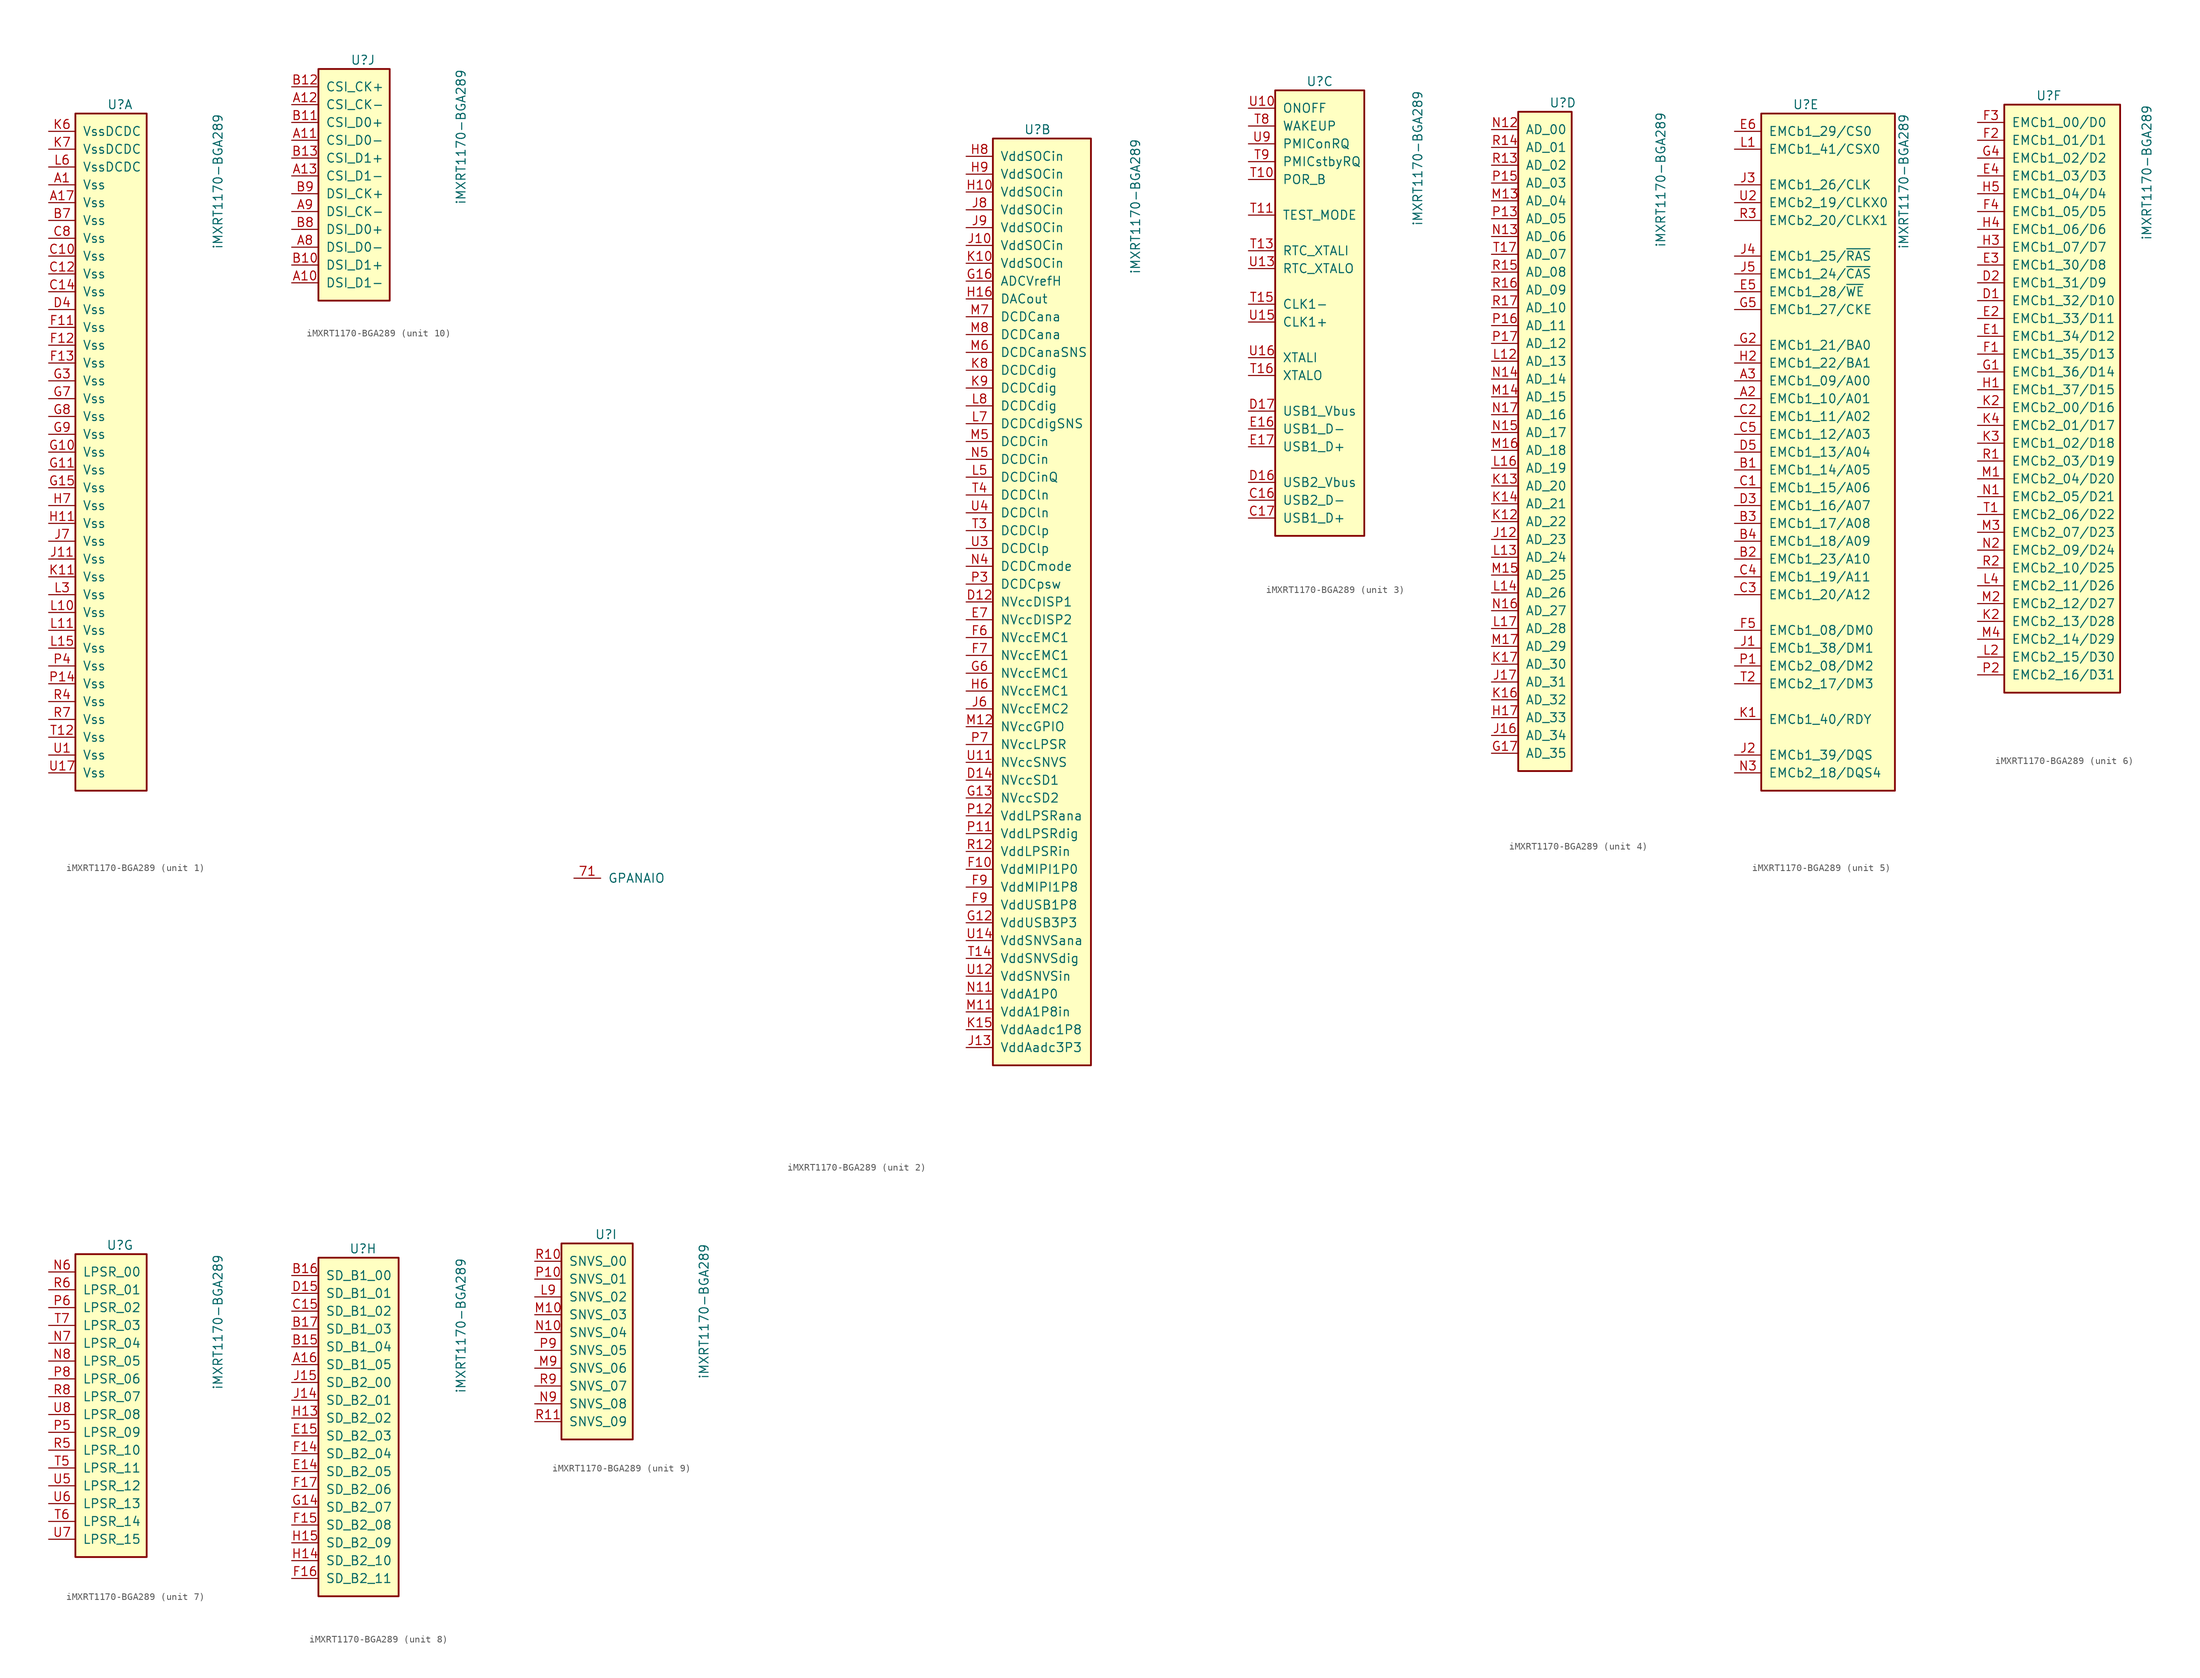
<source format=kicad_sym>
(kicad_symbol_lib
  (version 20211014)
  (generator kicad_symbol_editor)
  (symbol "iMXRT1170-BGA289"
    (pin_names
      (offset 1.016))
    (property "Reference" "U"
      (at 10.16 3.81 0)
      (effects (font (size 1.27 1.27))))
    (property "Value" "iMXRT1170-BGA289"
      (at 24.13 2.54 90)
      (effects (font (size 1.27 1.27)) (justify right)))
    (property "ki_locked" ""
      (at 0 0 0)
      (effects (font (size 1.27 1.27))))
    (symbol "iMXRT1170-BGA289_1_1"
      (rectangle (start 3.81 2.54) (end 13.97 -93.98) (stroke (width 0.254) (type default) (color 0 0 0 0)) (fill (type background)))
      (pin power_in line (at 0 -7.62 0) (length 3.81) (name "Vss" (effects (font (size 1.27 1.27)))) (number "A1" (effects (font (size 1.27 1.27)))))
      (pin power_in line (at 0 -10.16 0) (length 3.81) (name "Vss" (effects (font (size 1.27 1.27)))) (number "A17" (effects (font (size 1.27 1.27)))))
      (pin power_in line (at 0 -12.7 0) (length 3.81) (name "Vss" (effects (font (size 1.27 1.27)))) (number "B7" (effects (font (size 1.27 1.27)))))
      (pin power_in line (at 0 -17.78 0) (length 3.81) (name "Vss" (effects (font (size 1.27 1.27)))) (number "C10" (effects (font (size 1.27 1.27)))))
      (pin power_in line (at 0 -20.32 0) (length 3.81) (name "Vss" (effects (font (size 1.27 1.27)))) (number "C12" (effects (font (size 1.27 1.27)))))
      (pin power_in line (at 0 -22.86 0) (length 3.81) (name "Vss" (effects (font (size 1.27 1.27)))) (number "C14" (effects (font (size 1.27 1.27)))))
      (pin power_in line (at 0 -15.24 0) (length 3.81) (name "Vss" (effects (font (size 1.27 1.27)))) (number "C8" (effects (font (size 1.27 1.27)))))
      (pin power_in line (at 0 -25.4 0) (length 3.81) (name "Vss" (effects (font (size 1.27 1.27)))) (number "D4" (effects (font (size 1.27 1.27)))))
      (pin power_in line (at 0 -27.94 0) (length 3.81) (name "Vss" (effects (font (size 1.27 1.27)))) (number "F11" (effects (font (size 1.27 1.27)))))
      (pin power_in line (at 0 -30.48 0) (length 3.81) (name "Vss" (effects (font (size 1.27 1.27)))) (number "F12" (effects (font (size 1.27 1.27)))))
      (pin power_in line (at 0 -33.02 0) (length 3.81) (name "Vss" (effects (font (size 1.27 1.27)))) (number "F13" (effects (font (size 1.27 1.27)))))
      (pin power_in line (at 0 -45.72 0) (length 3.81) (name "Vss" (effects (font (size 1.27 1.27)))) (number "G10" (effects (font (size 1.27 1.27)))))
      (pin power_in line (at 0 -48.26 0) (length 3.81) (name "Vss" (effects (font (size 1.27 1.27)))) (number "G11" (effects (font (size 1.27 1.27)))))
      (pin power_in line (at 0 -50.8 0) (length 3.81) (name "Vss" (effects (font (size 1.27 1.27)))) (number "G15" (effects (font (size 1.27 1.27)))))
      (pin power_in line (at 0 -35.56 0) (length 3.81) (name "Vss" (effects (font (size 1.27 1.27)))) (number "G3" (effects (font (size 1.27 1.27)))))
      (pin power_in line (at 0 -38.1 0) (length 3.81) (name "Vss" (effects (font (size 1.27 1.27)))) (number "G7" (effects (font (size 1.27 1.27)))))
      (pin power_in line (at 0 -40.64 0) (length 3.81) (name "Vss" (effects (font (size 1.27 1.27)))) (number "G8" (effects (font (size 1.27 1.27)))))
      (pin power_in line (at 0 -43.18 0) (length 3.81) (name "Vss" (effects (font (size 1.27 1.27)))) (number "G9" (effects (font (size 1.27 1.27)))))
      (pin power_in line (at 0 -55.88 0) (length 3.81) (name "Vss" (effects (font (size 1.27 1.27)))) (number "H11" (effects (font (size 1.27 1.27)))))
      (pin power_in line (at 0 -53.34 0) (length 3.81) (name "Vss" (effects (font (size 1.27 1.27)))) (number "H7" (effects (font (size 1.27 1.27)))))
      (pin power_in line (at 0 -60.96 0) (length 3.81) (name "Vss" (effects (font (size 1.27 1.27)))) (number "J11" (effects (font (size 1.27 1.27)))))
      (pin power_in line (at 0 -58.42 0) (length 3.81) (name "Vss" (effects (font (size 1.27 1.27)))) (number "J7" (effects (font (size 1.27 1.27)))))
      (pin power_in line (at 0 -63.5 0) (length 3.81) (name "Vss" (effects (font (size 1.27 1.27)))) (number "K11" (effects (font (size 1.27 1.27)))))
      (pin power_in line (at 0 0 0) (length 3.81) (name "VssDCDC" (effects (font (size 1.27 1.27)))) (number "K6" (effects (font (size 1.27 1.27)))))
      (pin power_in line (at 0 -2.54 0) (length 3.81) (name "VssDCDC" (effects (font (size 1.27 1.27)))) (number "K7" (effects (font (size 1.27 1.27)))))
      (pin power_in line (at 0 -68.58 0) (length 3.81) (name "Vss" (effects (font (size 1.27 1.27)))) (number "L10" (effects (font (size 1.27 1.27)))))
      (pin power_in line (at 0 -71.12 0) (length 3.81) (name "Vss" (effects (font (size 1.27 1.27)))) (number "L11" (effects (font (size 1.27 1.27)))))
      (pin power_in line (at 0 -73.66 0) (length 3.81) (name "Vss" (effects (font (size 1.27 1.27)))) (number "L15" (effects (font (size 1.27 1.27)))))
      (pin power_in line (at 0 -66.04 0) (length 3.81) (name "Vss" (effects (font (size 1.27 1.27)))) (number "L3" (effects (font (size 1.27 1.27)))))
      (pin power_in line (at 0 -5.08 0) (length 3.81) (name "VssDCDC" (effects (font (size 1.27 1.27)))) (number "L6" (effects (font (size 1.27 1.27)))))
      (pin power_in line (at 0 -78.74 0) (length 3.81) (name "Vss" (effects (font (size 1.27 1.27)))) (number "P14" (effects (font (size 1.27 1.27)))))
      (pin power_in line (at 0 -76.2 0) (length 3.81) (name "Vss" (effects (font (size 1.27 1.27)))) (number "P4" (effects (font (size 1.27 1.27)))))
      (pin power_in line (at 0 -81.28 0) (length 3.81) (name "Vss" (effects (font (size 1.27 1.27)))) (number "R4" (effects (font (size 1.27 1.27)))))
      (pin power_in line (at 0 -83.82 0) (length 3.81) (name "Vss" (effects (font (size 1.27 1.27)))) (number "R7" (effects (font (size 1.27 1.27)))))
      (pin power_in line (at 0 -86.36 0) (length 3.81) (name "Vss" (effects (font (size 1.27 1.27)))) (number "T12" (effects (font (size 1.27 1.27)))))
      (pin power_in line (at 0 -88.9 0) (length 3.81) (name "Vss" (effects (font (size 1.27 1.27)))) (number "U1" (effects (font (size 1.27 1.27)))))
      (pin power_in line (at 0 -91.44 0) (length 3.81) (name "Vss" (effects (font (size 1.27 1.27)))) (number "U17" (effects (font (size 1.27 1.27))))))
    (symbol "iMXRT1170-BGA289_2_1"
      (rectangle (start 3.81 2.54) (end 17.78 -129.54) (stroke (width 0.254) (type default) (color 0 0 0 0)) (fill (type background)))
      (pin unspecified line (at -55.88 -102.87 0) (length 3.81) (name "GPANAIO" (effects (font (size 1.27 1.27)))) (number "71" (effects (font (size 1.27 1.27)))))
      (pin power_in line (at 0 -63.5 0) (length 3.81) (name "NVccDISP1" (effects (font (size 1.27 1.27)))) (number "D12" (effects (font (size 1.27 1.27)))))
      (pin power_in line (at 0 -88.9 0) (length 3.81) (name "NVccSD1" (effects (font (size 1.27 1.27)))) (number "D14" (effects (font (size 1.27 1.27)))))
      (pin power_in line (at 0 -66.04 0) (length 3.81) (name "NVccDISP2" (effects (font (size 1.27 1.27)))) (number "E7" (effects (font (size 1.27 1.27)))))
      (pin power_in line (at 0 -101.6 0) (length 3.81) (name "VddMIPI1P0" (effects (font (size 1.27 1.27)))) (number "F10" (effects (font (size 1.27 1.27)))))
      (pin power_in line (at 0 -68.58 0) (length 3.81) (name "NVccEMC1" (effects (font (size 1.27 1.27)))) (number "F6" (effects (font (size 1.27 1.27)))))
      (pin power_in line (at 0 -71.12 0) (length 3.81) (name "NVccEMC1" (effects (font (size 1.27 1.27)))) (number "F7" (effects (font (size 1.27 1.27)))))
      (pin power_in line (at 0 -104.14 0) (length 3.81) (name "VddMIPI1P8" (effects (font (size 1.27 1.27)))) (number "F9" (effects (font (size 1.27 1.27)))))
      (pin power_in line (at 0 -106.68 0) (length 3.81) (name "VddUSB1P8" (effects (font (size 1.27 1.27)))) (number "F9" (effects (font (size 1.27 1.27)))))
      (pin power_in line (at 0 -109.22 0) (length 3.81) (name "VddUSB3P3" (effects (font (size 1.27 1.27)))) (number "G12" (effects (font (size 1.27 1.27)))))
      (pin power_in line (at 0 -91.44 0) (length 3.81) (name "NVccSD2" (effects (font (size 1.27 1.27)))) (number "G13" (effects (font (size 1.27 1.27)))))
      (pin power_in line (at 0 -17.78 0) (length 3.81) (name "ADCVrefH" (effects (font (size 1.27 1.27)))) (number "G16" (effects (font (size 1.27 1.27)))))
      (pin power_in line (at 0 -73.66 0) (length 3.81) (name "NVccEMC1" (effects (font (size 1.27 1.27)))) (number "G6" (effects (font (size 1.27 1.27)))))
      (pin power_in line (at 0 -5.08 0) (length 3.81) (name "VddSOCin" (effects (font (size 1.27 1.27)))) (number "H10" (effects (font (size 1.27 1.27)))))
      (pin power_in line (at 0 -20.32 0) (length 3.81) (name "DACout" (effects (font (size 1.27 1.27)))) (number "H16" (effects (font (size 1.27 1.27)))))
      (pin power_in line (at 0 -76.2 0) (length 3.81) (name "NVccEMC1" (effects (font (size 1.27 1.27)))) (number "H6" (effects (font (size 1.27 1.27)))))
      (pin power_in line (at 0 0 0) (length 3.81) (name "VddSOCin" (effects (font (size 1.27 1.27)))) (number "H8" (effects (font (size 1.27 1.27)))))
      (pin power_in line (at 0 -2.54 0) (length 3.81) (name "VddSOCin" (effects (font (size 1.27 1.27)))) (number "H9" (effects (font (size 1.27 1.27)))))
      (pin power_in line (at 0 -12.7 0) (length 3.81) (name "VddSOCin" (effects (font (size 1.27 1.27)))) (number "J10" (effects (font (size 1.27 1.27)))))
      (pin power_in line (at 0 -127 0) (length 3.81) (name "VddAadc3P3" (effects (font (size 1.27 1.27)))) (number "J13" (effects (font (size 1.27 1.27)))))
      (pin power_in line (at 0 -78.74 0) (length 3.81) (name "NVccEMC2" (effects (font (size 1.27 1.27)))) (number "J6" (effects (font (size 1.27 1.27)))))
      (pin power_in line (at 0 -7.62 0) (length 3.81) (name "VddSOCin" (effects (font (size 1.27 1.27)))) (number "J8" (effects (font (size 1.27 1.27)))))
      (pin power_in line (at 0 -10.16 0) (length 3.81) (name "VddSOCin" (effects (font (size 1.27 1.27)))) (number "J9" (effects (font (size 1.27 1.27)))))
      (pin power_in line (at 0 -15.24 0) (length 3.81) (name "VddSOCin" (effects (font (size 1.27 1.27)))) (number "K10" (effects (font (size 1.27 1.27)))))
      (pin power_in line (at 0 -124.46 0) (length 3.81) (name "VddAadc1P8" (effects (font (size 1.27 1.27)))) (number "K15" (effects (font (size 1.27 1.27)))))
      (pin power_in line (at 0 -30.48 0) (length 3.81) (name "DCDCdig" (effects (font (size 1.27 1.27)))) (number "K8" (effects (font (size 1.27 1.27)))))
      (pin power_in line (at 0 -33.02 0) (length 3.81) (name "DCDCdig" (effects (font (size 1.27 1.27)))) (number "K9" (effects (font (size 1.27 1.27)))))
      (pin power_in line (at 0 -45.72 0) (length 3.81) (name "DCDCinQ" (effects (font (size 1.27 1.27)))) (number "L5" (effects (font (size 1.27 1.27)))))
      (pin power_in line (at 0 -38.1 0) (length 3.81) (name "DCDCdigSNS" (effects (font (size 1.27 1.27)))) (number "L7" (effects (font (size 1.27 1.27)))))
      (pin power_in line (at 0 -35.56 0) (length 3.81) (name "DCDCdig" (effects (font (size 1.27 1.27)))) (number "L8" (effects (font (size 1.27 1.27)))))
      (pin power_in line (at 0 -121.92 0) (length 3.81) (name "VddA1P8in" (effects (font (size 1.27 1.27)))) (number "M11" (effects (font (size 1.27 1.27)))))
      (pin power_in line (at 0 -81.28 0) (length 3.81) (name "NVccGPIO" (effects (font (size 1.27 1.27)))) (number "M12" (effects (font (size 1.27 1.27)))))
      (pin power_in line (at 0 -40.64 0) (length 3.81) (name "DCDCin" (effects (font (size 1.27 1.27)))) (number "M5" (effects (font (size 1.27 1.27)))))
      (pin power_in line (at 0 -27.94 0) (length 3.81) (name "DCDCanaSNS" (effects (font (size 1.27 1.27)))) (number "M6" (effects (font (size 1.27 1.27)))))
      (pin power_in line (at 0 -22.86 0) (length 3.81) (name "DCDCana" (effects (font (size 1.27 1.27)))) (number "M7" (effects (font (size 1.27 1.27)))))
      (pin power_in line (at 0 -25.4 0) (length 3.81) (name "DCDCana" (effects (font (size 1.27 1.27)))) (number "M8" (effects (font (size 1.27 1.27)))))
      (pin power_in line (at 0 -119.38 0) (length 3.81) (name "VddA1P0" (effects (font (size 1.27 1.27)))) (number "N11" (effects (font (size 1.27 1.27)))))
      (pin power_in line (at 0 -58.42 0) (length 3.81) (name "DCDCmode" (effects (font (size 1.27 1.27)))) (number "N4" (effects (font (size 1.27 1.27)))))
      (pin power_in line (at 0 -43.18 0) (length 3.81) (name "DCDCin" (effects (font (size 1.27 1.27)))) (number "N5" (effects (font (size 1.27 1.27)))))
      (pin power_in line (at 0 -96.52 0) (length 3.81) (name "VddLPSRdig" (effects (font (size 1.27 1.27)))) (number "P11" (effects (font (size 1.27 1.27)))))
      (pin power_in line (at 0 -93.98 0) (length 3.81) (name "VddLPSRana" (effects (font (size 1.27 1.27)))) (number "P12" (effects (font (size 1.27 1.27)))))
      (pin power_in line (at 0 -60.96 0) (length 3.81) (name "DCDCpsw" (effects (font (size 1.27 1.27)))) (number "P3" (effects (font (size 1.27 1.27)))))
      (pin power_in line (at 0 -83.82 0) (length 3.81) (name "NVccLPSR" (effects (font (size 1.27 1.27)))) (number "P7" (effects (font (size 1.27 1.27)))))
      (pin power_in line (at 0 -99.06 0) (length 3.81) (name "VddLPSRin" (effects (font (size 1.27 1.27)))) (number "R12" (effects (font (size 1.27 1.27)))))
      (pin power_in line (at 0 -114.3 0) (length 3.81) (name "VddSNVSdig" (effects (font (size 1.27 1.27)))) (number "T14" (effects (font (size 1.27 1.27)))))
      (pin power_in line (at 0 -53.34 0) (length 3.81) (name "DCDClp" (effects (font (size 1.27 1.27)))) (number "T3" (effects (font (size 1.27 1.27)))))
      (pin power_in line (at 0 -48.26 0) (length 3.81) (name "DCDCln" (effects (font (size 1.27 1.27)))) (number "T4" (effects (font (size 1.27 1.27)))))
      (pin power_in line (at 0 -86.36 0) (length 3.81) (name "NVccSNVS" (effects (font (size 1.27 1.27)))) (number "U11" (effects (font (size 1.27 1.27)))))
      (pin power_in line (at 0 -116.84 0) (length 3.81) (name "VddSNVSin" (effects (font (size 1.27 1.27)))) (number "U12" (effects (font (size 1.27 1.27)))))
      (pin power_in line (at 0 -111.76 0) (length 3.81) (name "VddSNVSana" (effects (font (size 1.27 1.27)))) (number "U14" (effects (font (size 1.27 1.27)))))
      (pin power_in line (at 0 -55.88 0) (length 3.81) (name "DCDClp" (effects (font (size 1.27 1.27)))) (number "U3" (effects (font (size 1.27 1.27)))))
      (pin power_in line (at 0 -50.8 0) (length 3.81) (name "DCDCln" (effects (font (size 1.27 1.27)))) (number "U4" (effects (font (size 1.27 1.27))))))
    (symbol "iMXRT1170-BGA289_3_1"
      (rectangle (start 3.81 2.54) (end 16.51 -60.96) (stroke (width 0.254) (type default) (color 0 0 0 0)) (fill (type background)))
      (pin bidirectional line (at 0 -55.88 0) (length 3.81) (name "USB2_D-" (effects (font (size 1.27 1.27)))) (number "C16" (effects (font (size 1.27 1.27)))))
      (pin bidirectional line (at 0 -58.42 0) (length 3.81) (name "USB1_D+" (effects (font (size 1.27 1.27)))) (number "C17" (effects (font (size 1.27 1.27)))))
      (pin bidirectional line (at 0 -53.34 0) (length 3.81) (name "USB2_Vbus" (effects (font (size 1.27 1.27)))) (number "D16" (effects (font (size 1.27 1.27)))))
      (pin bidirectional line (at 0 -43.18 0) (length 3.81) (name "USB1_Vbus" (effects (font (size 1.27 1.27)))) (number "D17" (effects (font (size 1.27 1.27)))))
      (pin bidirectional line (at 0 -45.72 0) (length 3.81) (name "USB1_D-" (effects (font (size 1.27 1.27)))) (number "E16" (effects (font (size 1.27 1.27)))))
      (pin bidirectional line (at 0 -48.26 0) (length 3.81) (name "USB1_D+" (effects (font (size 1.27 1.27)))) (number "E17" (effects (font (size 1.27 1.27)))))
      (pin input line (at 0 -10.16 0) (length 3.81) (name "POR_B" (effects (font (size 1.27 1.27)))) (number "T10" (effects (font (size 1.27 1.27)))))
      (pin input line (at 0 -15.24 0) (length 3.81) (name "TEST_MODE" (effects (font (size 1.27 1.27)))) (number "T11" (effects (font (size 1.27 1.27)))))
      (pin input line (at 0 -20.32 0) (length 3.81) (name "RTC_XTALI" (effects (font (size 1.27 1.27)))) (number "T13" (effects (font (size 1.27 1.27)))))
      (pin input line (at 0 -27.94 0) (length 3.81) (name "CLK1-" (effects (font (size 1.27 1.27)))) (number "T15" (effects (font (size 1.27 1.27)))))
      (pin output line (at 0 -38.1 0) (length 3.81) (name "XTALO" (effects (font (size 1.27 1.27)))) (number "T16" (effects (font (size 1.27 1.27)))))
      (pin input line (at 0 -2.54 0) (length 3.81) (name "WAKEUP" (effects (font (size 1.27 1.27)))) (number "T8" (effects (font (size 1.27 1.27)))))
      (pin output line (at 0 -7.62 0) (length 3.81) (name "PMICstbyRQ" (effects (font (size 1.27 1.27)))) (number "T9" (effects (font (size 1.27 1.27)))))
      (pin input line (at 0 0 0) (length 3.81) (name "ONOFF" (effects (font (size 1.27 1.27)))) (number "U10" (effects (font (size 1.27 1.27)))))
      (pin output line (at 0 -22.86 0) (length 3.81) (name "RTC_XTALO" (effects (font (size 1.27 1.27)))) (number "U13" (effects (font (size 1.27 1.27)))))
      (pin output line (at 0 -30.48 0) (length 3.81) (name "CLK1+" (effects (font (size 1.27 1.27)))) (number "U15" (effects (font (size 1.27 1.27)))))
      (pin input line (at 0 -35.56 0) (length 3.81) (name "XTALI" (effects (font (size 1.27 1.27)))) (number "U16" (effects (font (size 1.27 1.27)))))
      (pin output line (at 0 -5.08 0) (length 3.81) (name "PMIConRQ" (effects (font (size 1.27 1.27)))) (number "U9" (effects (font (size 1.27 1.27))))))
    (symbol "iMXRT1170-BGA289_4_1"
      (rectangle (start 3.81 2.54) (end 11.43 -91.44) (stroke (width 0.254) (type default) (color 0 0 0 0)) (fill (type background)))
      (pin bidirectional line (at 0 -88.9 0) (length 3.81) (name "AD_35" (effects (font (size 1.27 1.27)))) (number "G17" (effects (font (size 1.27 1.27)))))
      (pin bidirectional line (at 0 -83.82 0) (length 3.81) (name "AD_33" (effects (font (size 1.27 1.27)))) (number "H17" (effects (font (size 1.27 1.27)))))
      (pin bidirectional line (at 0 -58.42 0) (length 3.81) (name "AD_23" (effects (font (size 1.27 1.27)))) (number "J12" (effects (font (size 1.27 1.27)))))
      (pin bidirectional line (at 0 -86.36 0) (length 3.81) (name "AD_34" (effects (font (size 1.27 1.27)))) (number "J16" (effects (font (size 1.27 1.27)))))
      (pin bidirectional line (at 0 -78.74 0) (length 3.81) (name "AD_31" (effects (font (size 1.27 1.27)))) (number "J17" (effects (font (size 1.27 1.27)))))
      (pin bidirectional line (at 0 -55.88 0) (length 3.81) (name "AD_22" (effects (font (size 1.27 1.27)))) (number "K12" (effects (font (size 1.27 1.27)))))
      (pin bidirectional line (at 0 -50.8 0) (length 3.81) (name "AD_20" (effects (font (size 1.27 1.27)))) (number "K13" (effects (font (size 1.27 1.27)))))
      (pin bidirectional line (at 0 -53.34 0) (length 3.81) (name "AD_21" (effects (font (size 1.27 1.27)))) (number "K14" (effects (font (size 1.27 1.27)))))
      (pin bidirectional line (at 0 -81.28 0) (length 3.81) (name "AD_32" (effects (font (size 1.27 1.27)))) (number "K16" (effects (font (size 1.27 1.27)))))
      (pin bidirectional line (at 0 -76.2 0) (length 3.81) (name "AD_30" (effects (font (size 1.27 1.27)))) (number "K17" (effects (font (size 1.27 1.27)))))
      (pin bidirectional line (at 0 -33.02 0) (length 3.81) (name "AD_13" (effects (font (size 1.27 1.27)))) (number "L12" (effects (font (size 1.27 1.27)))))
      (pin bidirectional line (at 0 -60.96 0) (length 3.81) (name "AD_24" (effects (font (size 1.27 1.27)))) (number "L13" (effects (font (size 1.27 1.27)))))
      (pin bidirectional line (at 0 -66.04 0) (length 3.81) (name "AD_26" (effects (font (size 1.27 1.27)))) (number "L14" (effects (font (size 1.27 1.27)))))
      (pin bidirectional line (at 0 -48.26 0) (length 3.81) (name "AD_19" (effects (font (size 1.27 1.27)))) (number "L16" (effects (font (size 1.27 1.27)))))
      (pin bidirectional line (at 0 -71.12 0) (length 3.81) (name "AD_28" (effects (font (size 1.27 1.27)))) (number "L17" (effects (font (size 1.27 1.27)))))
      (pin bidirectional line (at 0 -10.16 0) (length 3.81) (name "AD_04" (effects (font (size 1.27 1.27)))) (number "M13" (effects (font (size 1.27 1.27)))))
      (pin bidirectional line (at 0 -38.1 0) (length 3.81) (name "AD_15" (effects (font (size 1.27 1.27)))) (number "M14" (effects (font (size 1.27 1.27)))))
      (pin bidirectional line (at 0 -63.5 0) (length 3.81) (name "AD_25" (effects (font (size 1.27 1.27)))) (number "M15" (effects (font (size 1.27 1.27)))))
      (pin bidirectional line (at 0 -45.72 0) (length 3.81) (name "AD_18" (effects (font (size 1.27 1.27)))) (number "M16" (effects (font (size 1.27 1.27)))))
      (pin bidirectional line (at 0 -73.66 0) (length 3.81) (name "AD_29" (effects (font (size 1.27 1.27)))) (number "M17" (effects (font (size 1.27 1.27)))))
      (pin bidirectional line (at 0 0 0) (length 3.81) (name "AD_00" (effects (font (size 1.27 1.27)))) (number "N12" (effects (font (size 1.27 1.27)))))
      (pin bidirectional line (at 0 -15.24 0) (length 3.81) (name "AD_06" (effects (font (size 1.27 1.27)))) (number "N13" (effects (font (size 1.27 1.27)))))
      (pin bidirectional line (at 0 -35.56 0) (length 3.81) (name "AD_14" (effects (font (size 1.27 1.27)))) (number "N14" (effects (font (size 1.27 1.27)))))
      (pin bidirectional line (at 0 -43.18 0) (length 3.81) (name "AD_17" (effects (font (size 1.27 1.27)))) (number "N15" (effects (font (size 1.27 1.27)))))
      (pin bidirectional line (at 0 -68.58 0) (length 3.81) (name "AD_27" (effects (font (size 1.27 1.27)))) (number "N16" (effects (font (size 1.27 1.27)))))
      (pin bidirectional line (at 0 -40.64 0) (length 3.81) (name "AD_16" (effects (font (size 1.27 1.27)))) (number "N17" (effects (font (size 1.27 1.27)))))
      (pin bidirectional line (at 0 -12.7 0) (length 3.81) (name "AD_05" (effects (font (size 1.27 1.27)))) (number "P13" (effects (font (size 1.27 1.27)))))
      (pin bidirectional line (at 0 -7.62 0) (length 3.81) (name "AD_03" (effects (font (size 1.27 1.27)))) (number "P15" (effects (font (size 1.27 1.27)))))
      (pin bidirectional line (at 0 -27.94 0) (length 3.81) (name "AD_11" (effects (font (size 1.27 1.27)))) (number "P16" (effects (font (size 1.27 1.27)))))
      (pin bidirectional line (at 0 -30.48 0) (length 3.81) (name "AD_12" (effects (font (size 1.27 1.27)))) (number "P17" (effects (font (size 1.27 1.27)))))
      (pin bidirectional line (at 0 -5.08 0) (length 3.81) (name "AD_02" (effects (font (size 1.27 1.27)))) (number "R13" (effects (font (size 1.27 1.27)))))
      (pin bidirectional line (at 0 -2.54 0) (length 3.81) (name "AD_01" (effects (font (size 1.27 1.27)))) (number "R14" (effects (font (size 1.27 1.27)))))
      (pin bidirectional line (at 0 -20.32 0) (length 3.81) (name "AD_08" (effects (font (size 1.27 1.27)))) (number "R15" (effects (font (size 1.27 1.27)))))
      (pin bidirectional line (at 0 -22.86 0) (length 3.81) (name "AD_09" (effects (font (size 1.27 1.27)))) (number "R16" (effects (font (size 1.27 1.27)))))
      (pin bidirectional line (at 0 -25.4 0) (length 3.81) (name "AD_10" (effects (font (size 1.27 1.27)))) (number "R17" (effects (font (size 1.27 1.27)))))
      (pin bidirectional line (at 0 -17.78 0) (length 3.81) (name "AD_07" (effects (font (size 1.27 1.27)))) (number "T17" (effects (font (size 1.27 1.27))))))
    (symbol "iMXRT1170-BGA289_5_1"
      (rectangle (start 3.81 2.54) (end 22.86 -93.98) (stroke (width 0.254) (type default) (color 0 0 0 0)) (fill (type background)))
      (pin bidirectional line (at 0 -38.1 0) (length 3.81) (name "EMCb1_10/A01" (effects (font (size 1.27 1.27)))) (number "A2" (effects (font (size 1.27 1.27)))))
      (pin bidirectional line (at 0 -35.56 0) (length 3.81) (name "EMCb1_09/A00" (effects (font (size 1.27 1.27)))) (number "A3" (effects (font (size 1.27 1.27)))))
      (pin bidirectional line (at 0 -48.26 0) (length 3.81) (name "EMCb1_14/A05" (effects (font (size 1.27 1.27)))) (number "B1" (effects (font (size 1.27 1.27)))))
      (pin bidirectional line (at 0 -60.96 0) (length 3.81) (name "EMCb1_23/A10" (effects (font (size 1.27 1.27)))) (number "B2" (effects (font (size 1.27 1.27)))))
      (pin bidirectional line (at 0 -55.88 0) (length 3.81) (name "EMCb1_17/A08" (effects (font (size 1.27 1.27)))) (number "B3" (effects (font (size 1.27 1.27)))))
      (pin bidirectional line (at 0 -58.42 0) (length 3.81) (name "EMCb1_18/A09" (effects (font (size 1.27 1.27)))) (number "B4" (effects (font (size 1.27 1.27)))))
      (pin bidirectional line (at 0 -50.8 0) (length 3.81) (name "EMCb1_15/A06" (effects (font (size 1.27 1.27)))) (number "C1" (effects (font (size 1.27 1.27)))))
      (pin bidirectional line (at 0 -40.64 0) (length 3.81) (name "EMCb1_11/A02" (effects (font (size 1.27 1.27)))) (number "C2" (effects (font (size 1.27 1.27)))))
      (pin bidirectional line (at 0 -66.04 0) (length 3.81) (name "EMCb1_20/A12" (effects (font (size 1.27 1.27)))) (number "C3" (effects (font (size 1.27 1.27)))))
      (pin bidirectional line (at 0 -63.5 0) (length 3.81) (name "EMCb1_19/A11" (effects (font (size 1.27 1.27)))) (number "C4" (effects (font (size 1.27 1.27)))))
      (pin bidirectional line (at 0 -43.18 0) (length 3.81) (name "EMCb1_12/A03" (effects (font (size 1.27 1.27)))) (number "C5" (effects (font (size 1.27 1.27)))))
      (pin bidirectional line (at 0 -53.34 0) (length 3.81) (name "EMCb1_16/A07" (effects (font (size 1.27 1.27)))) (number "D3" (effects (font (size 1.27 1.27)))))
      (pin bidirectional line (at 0 -45.72 0) (length 3.81) (name "EMCb1_13/A04" (effects (font (size 1.27 1.27)))) (number "D5" (effects (font (size 1.27 1.27)))))
      (pin bidirectional line (at 0 -22.86 0) (length 3.81) (name "EMCb1_28/~{WE}" (effects (font (size 1.27 1.27)))) (number "E5" (effects (font (size 1.27 1.27)))))
      (pin bidirectional line (at 0 0 0) (length 3.81) (name "EMCb1_29/CS0" (effects (font (size 1.27 1.27)))) (number "E6" (effects (font (size 1.27 1.27)))))
      (pin bidirectional line (at 0 -71.12 0) (length 3.81) (name "EMCb1_08/DM0" (effects (font (size 1.27 1.27)))) (number "F5" (effects (font (size 1.27 1.27)))))
      (pin bidirectional line (at 0 -30.48 0) (length 3.81) (name "EMCb1_21/BA0" (effects (font (size 1.27 1.27)))) (number "G2" (effects (font (size 1.27 1.27)))))
      (pin bidirectional line (at 0 -25.4 0) (length 3.81) (name "EMCb1_27/CKE" (effects (font (size 1.27 1.27)))) (number "G5" (effects (font (size 1.27 1.27)))))
      (pin bidirectional line (at 0 -33.02 0) (length 3.81) (name "EMCb1_22/BA1" (effects (font (size 1.27 1.27)))) (number "H2" (effects (font (size 1.27 1.27)))))
      (pin bidirectional line (at 0 -73.66 0) (length 3.81) (name "EMCb1_38/DM1" (effects (font (size 1.27 1.27)))) (number "J1" (effects (font (size 1.27 1.27)))))
      (pin bidirectional line (at 0 -88.9 0) (length 3.81) (name "EMCb1_39/DQS" (effects (font (size 1.27 1.27)))) (number "J2" (effects (font (size 1.27 1.27)))))
      (pin bidirectional line (at 0 -7.62 0) (length 3.81) (name "EMCb1_26/CLK" (effects (font (size 1.27 1.27)))) (number "J3" (effects (font (size 1.27 1.27)))))
      (pin bidirectional line (at 0 -17.78 0) (length 3.81) (name "EMCb1_25/~{RAS}" (effects (font (size 1.27 1.27)))) (number "J4" (effects (font (size 1.27 1.27)))))
      (pin bidirectional line (at 0 -20.32 0) (length 3.81) (name "EMCb1_24/~{CAS}" (effects (font (size 1.27 1.27)))) (number "J5" (effects (font (size 1.27 1.27)))))
      (pin bidirectional line (at 0 -83.82 0) (length 3.81) (name "EMCb1_40/RDY" (effects (font (size 1.27 1.27)))) (number "K1" (effects (font (size 1.27 1.27)))))
      (pin bidirectional line (at 0 -2.54 0) (length 3.81) (name "EMCb1_41/CSX0" (effects (font (size 1.27 1.27)))) (number "L1" (effects (font (size 1.27 1.27)))))
      (pin bidirectional line (at 0 -91.44 0) (length 3.81) (name "EMCb2_18/DQS4" (effects (font (size 1.27 1.27)))) (number "N3" (effects (font (size 1.27 1.27)))))
      (pin bidirectional line (at 0 -76.2 0) (length 3.81) (name "EMCb2_08/DM2" (effects (font (size 1.27 1.27)))) (number "P1" (effects (font (size 1.27 1.27)))))
      (pin bidirectional line (at 0 -12.7 0) (length 3.81) (name "EMCb2_20/CLKX1" (effects (font (size 1.27 1.27)))) (number "R3" (effects (font (size 1.27 1.27)))))
      (pin bidirectional line (at 0 -78.74 0) (length 3.81) (name "EMCb2_17/DM3" (effects (font (size 1.27 1.27)))) (number "T2" (effects (font (size 1.27 1.27)))))
      (pin bidirectional line (at 0 -10.16 0) (length 3.81) (name "EMCb2_19/CLKX0" (effects (font (size 1.27 1.27)))) (number "U2" (effects (font (size 1.27 1.27))))))
    (symbol "iMXRT1170-BGA289_6_1"
      (rectangle (start 3.81 2.54) (end 20.32 -81.28) (stroke (width 0.254) (type default) (color 0 0 0 0)) (fill (type background)))
      (pin bidirectional line (at 0 -25.4 0) (length 3.81) (name "EMCb1_32/D10" (effects (font (size 1.27 1.27)))) (number "D1" (effects (font (size 1.27 1.27)))))
      (pin bidirectional line (at 0 -22.86 0) (length 3.81) (name "EMCb1_31/D9" (effects (font (size 1.27 1.27)))) (number "D2" (effects (font (size 1.27 1.27)))))
      (pin bidirectional line (at 0 -30.48 0) (length 3.81) (name "EMCb1_34/D12" (effects (font (size 1.27 1.27)))) (number "E1" (effects (font (size 1.27 1.27)))))
      (pin bidirectional line (at 0 -27.94 0) (length 3.81) (name "EMCb1_33/D11" (effects (font (size 1.27 1.27)))) (number "E2" (effects (font (size 1.27 1.27)))))
      (pin bidirectional line (at 0 -20.32 0) (length 3.81) (name "EMCb1_30/D8" (effects (font (size 1.27 1.27)))) (number "E3" (effects (font (size 1.27 1.27)))))
      (pin bidirectional line (at 0 -7.62 0) (length 3.81) (name "EMCb1_03/D3" (effects (font (size 1.27 1.27)))) (number "E4" (effects (font (size 1.27 1.27)))))
      (pin bidirectional line (at 0 -33.02 0) (length 3.81) (name "EMCb1_35/D13" (effects (font (size 1.27 1.27)))) (number "F1" (effects (font (size 1.27 1.27)))))
      (pin bidirectional line (at 0 -2.54 0) (length 3.81) (name "EMCb1_01/D1" (effects (font (size 1.27 1.27)))) (number "F2" (effects (font (size 1.27 1.27)))))
      (pin bidirectional line (at 0 0 0) (length 3.81) (name "EMCb1_00/D0" (effects (font (size 1.27 1.27)))) (number "F3" (effects (font (size 1.27 1.27)))))
      (pin bidirectional line (at 0 -12.7 0) (length 3.81) (name "EMCb1_05/D5" (effects (font (size 1.27 1.27)))) (number "F4" (effects (font (size 1.27 1.27)))))
      (pin bidirectional line (at 0 -35.56 0) (length 3.81) (name "EMCb1_36/D14" (effects (font (size 1.27 1.27)))) (number "G1" (effects (font (size 1.27 1.27)))))
      (pin bidirectional line (at 0 -5.08 0) (length 3.81) (name "EMCb1_02/D2" (effects (font (size 1.27 1.27)))) (number "G4" (effects (font (size 1.27 1.27)))))
      (pin bidirectional line (at 0 -38.1 0) (length 3.81) (name "EMCb1_37/D15" (effects (font (size 1.27 1.27)))) (number "H1" (effects (font (size 1.27 1.27)))))
      (pin bidirectional line (at 0 -17.78 0) (length 3.81) (name "EMCb1_07/D7" (effects (font (size 1.27 1.27)))) (number "H3" (effects (font (size 1.27 1.27)))))
      (pin bidirectional line (at 0 -15.24 0) (length 3.81) (name "EMCb1_06/D6" (effects (font (size 1.27 1.27)))) (number "H4" (effects (font (size 1.27 1.27)))))
      (pin bidirectional line (at 0 -10.16 0) (length 3.81) (name "EMCb1_04/D4" (effects (font (size 1.27 1.27)))) (number "H5" (effects (font (size 1.27 1.27)))))
      (pin bidirectional line (at 0 -40.64 0) (length 3.81) (name "EMCb2_00/D16" (effects (font (size 1.27 1.27)))) (number "K2" (effects (font (size 1.27 1.27)))))
      (pin bidirectional line (at 0 -71.12 0) (length 3.81) (name "EMCb2_13/D28" (effects (font (size 1.27 1.27)))) (number "K2" (effects (font (size 1.27 1.27)))))
      (pin bidirectional line (at 0 -45.72 0) (length 3.81) (name "EMCb1_02/D18" (effects (font (size 1.27 1.27)))) (number "K3" (effects (font (size 1.27 1.27)))))
      (pin bidirectional line (at 0 -43.18 0) (length 3.81) (name "EMCb2_01/D17" (effects (font (size 1.27 1.27)))) (number "K4" (effects (font (size 1.27 1.27)))))
      (pin bidirectional line (at 0 -76.2 0) (length 3.81) (name "EMCb2_15/D30" (effects (font (size 1.27 1.27)))) (number "L2" (effects (font (size 1.27 1.27)))))
      (pin bidirectional line (at 0 -66.04 0) (length 3.81) (name "EMCb2_11/D26" (effects (font (size 1.27 1.27)))) (number "L4" (effects (font (size 1.27 1.27)))))
      (pin bidirectional line (at 0 -50.8 0) (length 3.81) (name "EMCb2_04/D20" (effects (font (size 1.27 1.27)))) (number "M1" (effects (font (size 1.27 1.27)))))
      (pin bidirectional line (at 0 -68.58 0) (length 3.81) (name "EMCb2_12/D27" (effects (font (size 1.27 1.27)))) (number "M2" (effects (font (size 1.27 1.27)))))
      (pin bidirectional line (at 0 -58.42 0) (length 3.81) (name "EMCb2_07/D23" (effects (font (size 1.27 1.27)))) (number "M3" (effects (font (size 1.27 1.27)))))
      (pin bidirectional line (at 0 -73.66 0) (length 3.81) (name "EMCb2_14/D29" (effects (font (size 1.27 1.27)))) (number "M4" (effects (font (size 1.27 1.27)))))
      (pin bidirectional line (at 0 -53.34 0) (length 3.81) (name "EMCb2_05/D21" (effects (font (size 1.27 1.27)))) (number "N1" (effects (font (size 1.27 1.27)))))
      (pin bidirectional line (at 0 -60.96 0) (length 3.81) (name "EMCb2_09/D24" (effects (font (size 1.27 1.27)))) (number "N2" (effects (font (size 1.27 1.27)))))
      (pin bidirectional line (at 0 -78.74 0) (length 3.81) (name "EMCb2_16/D31" (effects (font (size 1.27 1.27)))) (number "P2" (effects (font (size 1.27 1.27)))))
      (pin bidirectional line (at 0 -48.26 0) (length 3.81) (name "EMCb2_03/D19" (effects (font (size 1.27 1.27)))) (number "R1" (effects (font (size 1.27 1.27)))))
      (pin bidirectional line (at 0 -63.5 0) (length 3.81) (name "EMCb2_10/D25" (effects (font (size 1.27 1.27)))) (number "R2" (effects (font (size 1.27 1.27)))))
      (pin bidirectional line (at 0 -55.88 0) (length 3.81) (name "EMCb2_06/D22" (effects (font (size 1.27 1.27)))) (number "T1" (effects (font (size 1.27 1.27))))))
    (symbol "iMXRT1170-BGA289_7_1"
      (rectangle (start 3.81 2.54) (end 13.97 -40.64) (stroke (width 0.254) (type default) (color 0 0 0 0)) (fill (type background)))
      (pin bidirectional line (at 0 0 0) (length 3.81) (name "LPSR_00" (effects (font (size 1.27 1.27)))) (number "N6" (effects (font (size 1.27 1.27)))))
      (pin bidirectional line (at 0 -10.16 0) (length 3.81) (name "LPSR_04" (effects (font (size 1.27 1.27)))) (number "N7" (effects (font (size 1.27 1.27)))))
      (pin bidirectional line (at 0 -12.7 0) (length 3.81) (name "LPSR_05" (effects (font (size 1.27 1.27)))) (number "N8" (effects (font (size 1.27 1.27)))))
      (pin bidirectional line (at 0 -22.86 0) (length 3.81) (name "LPSR_09" (effects (font (size 1.27 1.27)))) (number "P5" (effects (font (size 1.27 1.27)))))
      (pin bidirectional line (at 0 -5.08 0) (length 3.81) (name "LPSR_02" (effects (font (size 1.27 1.27)))) (number "P6" (effects (font (size 1.27 1.27)))))
      (pin bidirectional line (at 0 -15.24 0) (length 3.81) (name "LPSR_06" (effects (font (size 1.27 1.27)))) (number "P8" (effects (font (size 1.27 1.27)))))
      (pin bidirectional line (at 0 -25.4 0) (length 3.81) (name "LPSR_10" (effects (font (size 1.27 1.27)))) (number "R5" (effects (font (size 1.27 1.27)))))
      (pin bidirectional line (at 0 -2.54 0) (length 3.81) (name "LPSR_01" (effects (font (size 1.27 1.27)))) (number "R6" (effects (font (size 1.27 1.27)))))
      (pin bidirectional line (at 0 -17.78 0) (length 3.81) (name "LPSR_07" (effects (font (size 1.27 1.27)))) (number "R8" (effects (font (size 1.27 1.27)))))
      (pin bidirectional line (at 0 -27.94 0) (length 3.81) (name "LPSR_11" (effects (font (size 1.27 1.27)))) (number "T5" (effects (font (size 1.27 1.27)))))
      (pin bidirectional line (at 0 -35.56 0) (length 3.81) (name "LPSR_14" (effects (font (size 1.27 1.27)))) (number "T6" (effects (font (size 1.27 1.27)))))
      (pin bidirectional line (at 0 -7.62 0) (length 3.81) (name "LPSR_03" (effects (font (size 1.27 1.27)))) (number "T7" (effects (font (size 1.27 1.27)))))
      (pin bidirectional line (at 0 -30.48 0) (length 3.81) (name "LPSR_12" (effects (font (size 1.27 1.27)))) (number "U5" (effects (font (size 1.27 1.27)))))
      (pin bidirectional line (at 0 -33.02 0) (length 3.81) (name "LPSR_13" (effects (font (size 1.27 1.27)))) (number "U6" (effects (font (size 1.27 1.27)))))
      (pin bidirectional line (at 0 -38.1 0) (length 3.81) (name "LPSR_15" (effects (font (size 1.27 1.27)))) (number "U7" (effects (font (size 1.27 1.27)))))
      (pin bidirectional line (at 0 -20.32 0) (length 3.81) (name "LPSR_08" (effects (font (size 1.27 1.27)))) (number "U8" (effects (font (size 1.27 1.27))))))
    (symbol "iMXRT1170-BGA289_8_1"
      (rectangle (start 3.81 2.54) (end 15.24 -45.72) (stroke (width 0.254) (type default) (color 0 0 0 0)) (fill (type background)))
      (pin bidirectional line (at 0 -12.7 0) (length 3.81) (name "SD_B1_05" (effects (font (size 1.27 1.27)))) (number "A16" (effects (font (size 1.27 1.27)))))
      (pin bidirectional line (at 0 -10.16 0) (length 3.81) (name "SD_B1_04" (effects (font (size 1.27 1.27)))) (number "B15" (effects (font (size 1.27 1.27)))))
      (pin bidirectional line (at 0 0 0) (length 3.81) (name "SD_B1_00" (effects (font (size 1.27 1.27)))) (number "B16" (effects (font (size 1.27 1.27)))))
      (pin bidirectional line (at 0 -7.62 0) (length 3.81) (name "SD_B1_03" (effects (font (size 1.27 1.27)))) (number "B17" (effects (font (size 1.27 1.27)))))
      (pin bidirectional line (at 0 -5.08 0) (length 3.81) (name "SD_B1_02" (effects (font (size 1.27 1.27)))) (number "C15" (effects (font (size 1.27 1.27)))))
      (pin bidirectional line (at 0 -2.54 0) (length 3.81) (name "SD_B1_01" (effects (font (size 1.27 1.27)))) (number "D15" (effects (font (size 1.27 1.27)))))
      (pin bidirectional line (at 0 -27.94 0) (length 3.81) (name "SD_B2_05" (effects (font (size 1.27 1.27)))) (number "E14" (effects (font (size 1.27 1.27)))))
      (pin bidirectional line (at 0 -22.86 0) (length 3.81) (name "SD_B2_03" (effects (font (size 1.27 1.27)))) (number "E15" (effects (font (size 1.27 1.27)))))
      (pin bidirectional line (at 0 -25.4 0) (length 3.81) (name "SD_B2_04" (effects (font (size 1.27 1.27)))) (number "F14" (effects (font (size 1.27 1.27)))))
      (pin bidirectional line (at 0 -35.56 0) (length 3.81) (name "SD_B2_08" (effects (font (size 1.27 1.27)))) (number "F15" (effects (font (size 1.27 1.27)))))
      (pin bidirectional line (at 0 -43.18 0) (length 3.81) (name "SD_B2_11" (effects (font (size 1.27 1.27)))) (number "F16" (effects (font (size 1.27 1.27)))))
      (pin bidirectional line (at 0 -30.48 0) (length 3.81) (name "SD_B2_06" (effects (font (size 1.27 1.27)))) (number "F17" (effects (font (size 1.27 1.27)))))
      (pin bidirectional line (at 0 -33.02 0) (length 3.81) (name "SD_B2_07" (effects (font (size 1.27 1.27)))) (number "G14" (effects (font (size 1.27 1.27)))))
      (pin bidirectional line (at 0 -20.32 0) (length 3.81) (name "SD_B2_02" (effects (font (size 1.27 1.27)))) (number "H13" (effects (font (size 1.27 1.27)))))
      (pin bidirectional line (at 0 -40.64 0) (length 3.81) (name "SD_B2_10" (effects (font (size 1.27 1.27)))) (number "H14" (effects (font (size 1.27 1.27)))))
      (pin bidirectional line (at 0 -38.1 0) (length 3.81) (name "SD_B2_09" (effects (font (size 1.27 1.27)))) (number "H15" (effects (font (size 1.27 1.27)))))
      (pin bidirectional line (at 0 -17.78 0) (length 3.81) (name "SD_B2_01" (effects (font (size 1.27 1.27)))) (number "J14" (effects (font (size 1.27 1.27)))))
      (pin bidirectional line (at 0 -15.24 0) (length 3.81) (name "SD_B2_00" (effects (font (size 1.27 1.27)))) (number "J15" (effects (font (size 1.27 1.27))))))
    (symbol "iMXRT1170-BGA289_9_1"
      (rectangle (start 3.81 2.54) (end 13.97 -25.4) (stroke (width 0.254) (type default) (color 0 0 0 0)) (fill (type background)))
      (pin bidirectional line (at 0 -5.08 0) (length 3.81) (name "SNVS_02" (effects (font (size 1.27 1.27)))) (number "L9" (effects (font (size 1.27 1.27)))))
      (pin bidirectional line (at 0 -7.62 0) (length 3.81) (name "SNVS_03" (effects (font (size 1.27 1.27)))) (number "M10" (effects (font (size 1.27 1.27)))))
      (pin bidirectional line (at 0 -15.24 0) (length 3.81) (name "SNVS_06" (effects (font (size 1.27 1.27)))) (number "M9" (effects (font (size 1.27 1.27)))))
      (pin bidirectional line (at 0 -10.16 0) (length 3.81) (name "SNVS_04" (effects (font (size 1.27 1.27)))) (number "N10" (effects (font (size 1.27 1.27)))))
      (pin bidirectional line (at 0 -20.32 0) (length 3.81) (name "SNVS_08" (effects (font (size 1.27 1.27)))) (number "N9" (effects (font (size 1.27 1.27)))))
      (pin bidirectional line (at 0 -2.54 0) (length 3.81) (name "SNVS_01" (effects (font (size 1.27 1.27)))) (number "P10" (effects (font (size 1.27 1.27)))))
      (pin bidirectional line (at 0 -12.7 0) (length 3.81) (name "SNVS_05" (effects (font (size 1.27 1.27)))) (number "P9" (effects (font (size 1.27 1.27)))))
      (pin bidirectional line (at 0 0 0) (length 3.81) (name "SNVS_00" (effects (font (size 1.27 1.27)))) (number "R10" (effects (font (size 1.27 1.27)))))
      (pin bidirectional line (at 0 -22.86 0) (length 3.81) (name "SNVS_09" (effects (font (size 1.27 1.27)))) (number "R11" (effects (font (size 1.27 1.27)))))
      (pin bidirectional line (at 0 -17.78 0) (length 3.81) (name "SNVS_07" (effects (font (size 1.27 1.27)))) (number "R9" (effects (font (size 1.27 1.27))))))
    (symbol "iMXRT1170-BGA289_10_1"
      (rectangle (start 3.81 2.54) (end 13.97 -30.48) (stroke (width 0.254) (type default) (color 0 0 0 0)) (fill (type background)))
      (pin bidirectional line (at 0 -27.94 0) (length 3.81) (name "DSI_D1-" (effects (font (size 1.27 1.27)))) (number "A10" (effects (font (size 1.27 1.27)))))
      (pin bidirectional line (at 0 -7.62 0) (length 3.81) (name "CSI_D0-" (effects (font (size 1.27 1.27)))) (number "A11" (effects (font (size 1.27 1.27)))))
      (pin bidirectional line (at 0 -2.54 0) (length 3.81) (name "CSI_CK-" (effects (font (size 1.27 1.27)))) (number "A12" (effects (font (size 1.27 1.27)))))
      (pin bidirectional line (at 0 -12.7 0) (length 3.81) (name "CSI_D1-" (effects (font (size 1.27 1.27)))) (number "A13" (effects (font (size 1.27 1.27)))))
      (pin bidirectional line (at 0 -22.86 0) (length 3.81) (name "DSI_D0-" (effects (font (size 1.27 1.27)))) (number "A8" (effects (font (size 1.27 1.27)))))
      (pin bidirectional line (at 0 -17.78 0) (length 3.81) (name "DSI_CK-" (effects (font (size 1.27 1.27)))) (number "A9" (effects (font (size 1.27 1.27)))))
      (pin bidirectional line (at 0 -25.4 0) (length 3.81) (name "DSI_D1+" (effects (font (size 1.27 1.27)))) (number "B10" (effects (font (size 1.27 1.27)))))
      (pin bidirectional line (at 0 -5.08 0) (length 3.81) (name "CSI_D0+" (effects (font (size 1.27 1.27)))) (number "B11" (effects (font (size 1.27 1.27)))))
      (pin bidirectional line (at 0 0 0) (length 3.81) (name "CSI_CK+" (effects (font (size 1.27 1.27)))) (number "B12" (effects (font (size 1.27 1.27)))))
      (pin bidirectional line (at 0 -10.16 0) (length 3.81) (name "CSI_D1+" (effects (font (size 1.27 1.27)))) (number "B13" (effects (font (size 1.27 1.27)))))
      (pin bidirectional line (at 0 -20.32 0) (length 3.81) (name "DSI_D0+" (effects (font (size 1.27 1.27)))) (number "B8" (effects (font (size 1.27 1.27)))))
      (pin bidirectional line (at 0 -15.24 0) (length 3.81) (name "DSI_CK+" (effects (font (size 1.27 1.27)))) (number "B9" (effects (font (size 1.27 1.27))))))))
</source>
